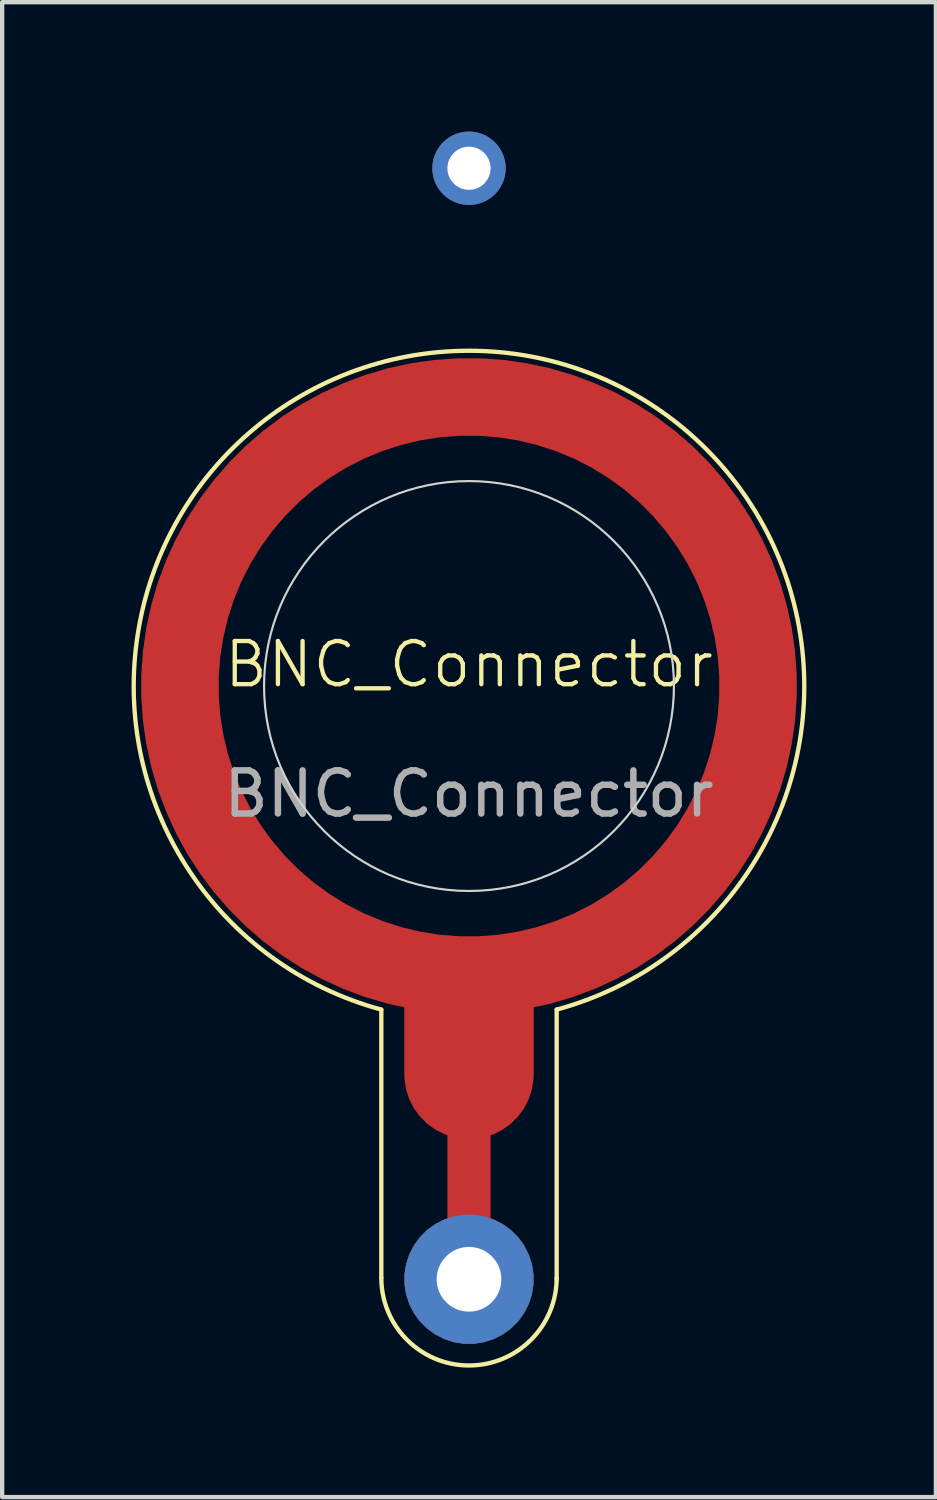
<source format=kicad_pcb>
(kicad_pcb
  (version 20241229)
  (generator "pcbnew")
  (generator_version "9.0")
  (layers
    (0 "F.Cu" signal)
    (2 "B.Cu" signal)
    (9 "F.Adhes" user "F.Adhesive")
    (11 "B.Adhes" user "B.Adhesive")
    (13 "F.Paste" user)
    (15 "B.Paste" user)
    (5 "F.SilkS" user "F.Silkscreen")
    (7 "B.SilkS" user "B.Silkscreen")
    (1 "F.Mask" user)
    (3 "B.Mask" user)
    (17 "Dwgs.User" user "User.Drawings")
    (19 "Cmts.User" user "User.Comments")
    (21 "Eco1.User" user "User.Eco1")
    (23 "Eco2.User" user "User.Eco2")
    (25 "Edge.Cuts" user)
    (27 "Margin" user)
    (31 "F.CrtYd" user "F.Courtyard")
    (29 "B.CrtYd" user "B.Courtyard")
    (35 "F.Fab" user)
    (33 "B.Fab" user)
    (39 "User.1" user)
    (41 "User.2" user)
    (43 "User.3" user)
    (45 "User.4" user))
  (footprint "BNC_Connector"
    (layer "F.Cu")
    (at 7.82 12.85)
    (property "Reference" "BNC_Connector" (at 0 -0.5 0) (unlocked yes) (layer "F.SilkS") (effects (font (size 1 1) (thickness 0.1))))
    (attr through_hole)
    (fp_line (start -2.032 13.716) (end -2.032 7.5) (stroke (width 0.1) (type default)) (layer "F.SilkS"))
    (fp_line (start 2.032 13.75) (end 2.032 7.5) (stroke (width 0.1) (type default)) (layer "F.SilkS"))
    (fp_arc (start -2.032 7.5) (mid 0 -7.770394) (end 2.032 7.5) (stroke (width 0.1) (type default)) (layer "F.SilkS"))
    (fp_arc (start 2.032 13.716) (mid 0 15.748) (end -2.032 13.716) (stroke (width 0.1) (type default)) (layer "F.SilkS"))
    (fp_circle (center 0 0) (end 4.75 0) (stroke (width 0.05) (type default)) (fill no) (layer "Edge.Cuts"))
    (fp_text user "${REFERENCE}" (at 0 2.5 0) (unlocked yes) (layer "F.Fab") (effects (font (size 1 1) (thickness 0.15))))
    (pad "1" thru_hole oval (at 0 -12) (size 1.7 1.7) (drill 1) (layers "*.Cu" "*.Mask"))
    (pad "2" smd custom (at 0 9) (size 1 1) (layers "F.Cu" "F.Mask" "F.Paste") (options (anchor circle)) (primitives (gr_line (start 0 0) (end 0 -1.5) (width 3)) (gr_circle (center 0 -9) (end 6.7 -9) (width 1.8) (fill no)) (gr_line (start 0 0) (end 0 5) (width 1))))
    (pad "2" thru_hole custom (at 0 13.75) (size 3 3) (drill 1.5) (layers "*.Cu" "*.Mask") (options (anchor circle)) (primitives)))
  (gr_rect
    (start -3 -3)
    (end 18.641 31.648)
    (stroke (width 0.1) (type default))
    (fill no)
    (layer "Edge.Cuts")))
</source>
